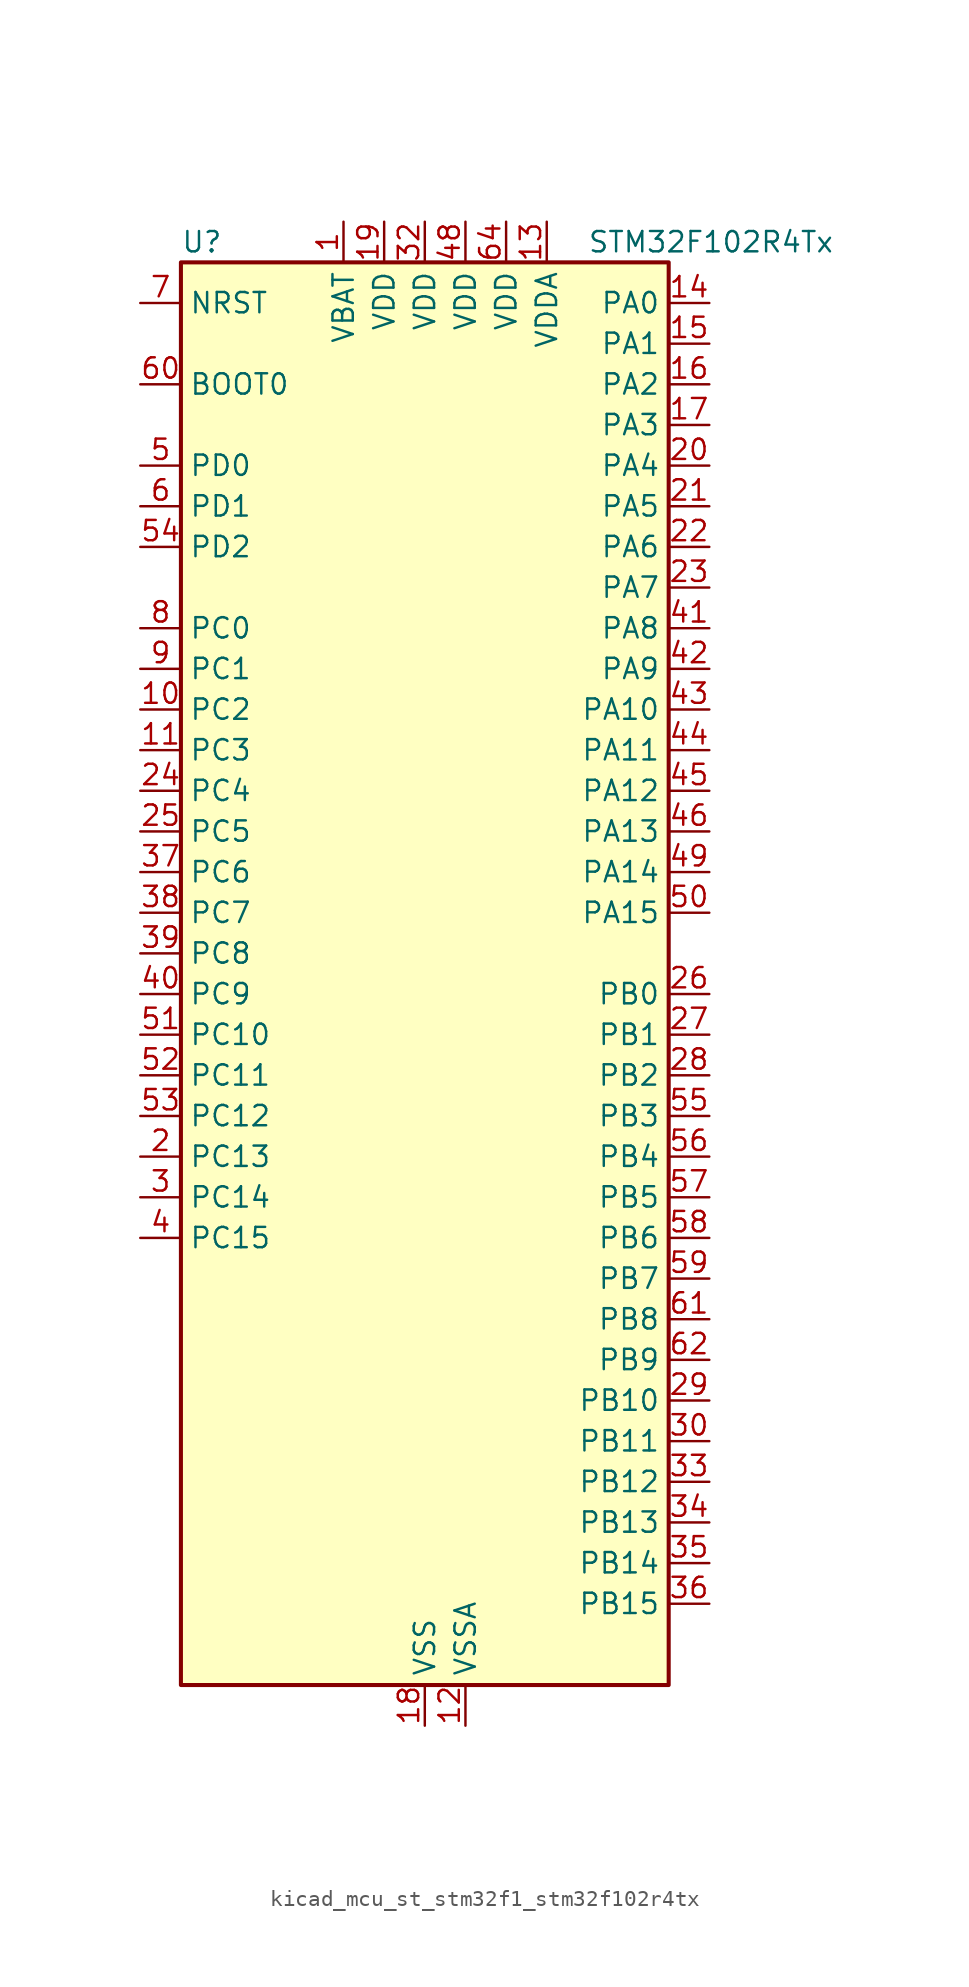
<source format=kicad_sym>
(kicad_symbol_lib
  (version 20220914)
  (generator kicad_symbol_editor)
  (symbol "kicad_mcu_st_stm32f1_stm32f102r4tx"
    (property "Reference" "U"
      (at -15.24 46.99 0)
      (effects (font (size 1.27 1.27)) (justify left)))
    (property "Value" "STM32F102R4Tx"
      (at 10.16 46.99 0)
      (effects (font (size 1.27 1.27)) (justify left)))
    (property "ki_locked" ""
      (at 0 0 0)
      (effects (font (size 1.27 1.27))))
    (symbol "kicad_mcu_st_stm32f1_stm32f102r4tx_0_1"
      (rectangle (start -15.24 -43.18) (end 15.24 45.72) (stroke (width 0.254) (type default)) (fill (type background))))
    (symbol "kicad_mcu_st_stm32f1_stm32f102r4tx_1_1"
      (pin power_in line (at -5.08 48.26 270) (length 2.54) (name "VBAT" (effects (font (size 1.27 1.27)))) (number "1" (effects (font (size 1.27 1.27)))))
      (pin bidirectional line (at -17.78 17.78 0) (length 2.54) (name "PC2" (effects (font (size 1.27 1.27)))) (number "10" (effects (font (size 1.27 1.27)))) (alternate "ADC1_IN12" bidirectional line))
      (pin bidirectional line (at -17.78 15.24 0) (length 2.54) (name "PC3" (effects (font (size 1.27 1.27)))) (number "11" (effects (font (size 1.27 1.27)))) (alternate "ADC1_IN13" bidirectional line))
      (pin power_in line (at 2.54 -45.72 90) (length 2.54) (name "VSSA" (effects (font (size 1.27 1.27)))) (number "12" (effects (font (size 1.27 1.27)))))
      (pin power_in line (at 7.62 48.26 270) (length 2.54) (name "VDDA" (effects (font (size 1.27 1.27)))) (number "13" (effects (font (size 1.27 1.27)))))
      (pin bidirectional line (at 17.78 43.18 180) (length 2.54) (name "PA0" (effects (font (size 1.27 1.27)))) (number "14" (effects (font (size 1.27 1.27)))) (alternate "ADC1_IN0" bidirectional line) (alternate "SYS_WKUP" bidirectional line) (alternate "TIM2_CH1" bidirectional line) (alternate "TIM2_ETR" bidirectional line) (alternate "USART2_CTS" bidirectional line))
      (pin bidirectional line (at 17.78 40.64 180) (length 2.54) (name "PA1" (effects (font (size 1.27 1.27)))) (number "15" (effects (font (size 1.27 1.27)))) (alternate "ADC1_IN1" bidirectional line) (alternate "TIM2_CH2" bidirectional line) (alternate "USART2_RTS" bidirectional line))
      (pin bidirectional line (at 17.78 38.1 180) (length 2.54) (name "PA2" (effects (font (size 1.27 1.27)))) (number "16" (effects (font (size 1.27 1.27)))) (alternate "ADC1_IN2" bidirectional line) (alternate "TIM2_CH3" bidirectional line) (alternate "USART2_TX" bidirectional line))
      (pin bidirectional line (at 17.78 35.56 180) (length 2.54) (name "PA3" (effects (font (size 1.27 1.27)))) (number "17" (effects (font (size 1.27 1.27)))) (alternate "ADC1_IN3" bidirectional line) (alternate "TIM2_CH4" bidirectional line) (alternate "USART2_RX" bidirectional line))
      (pin power_in line (at 0 -45.72 90) (length 2.54) (name "VSS" (effects (font (size 1.27 1.27)))) (number "18" (effects (font (size 1.27 1.27)))))
      (pin power_in line (at -2.54 48.26 270) (length 2.54) (name "VDD" (effects (font (size 1.27 1.27)))) (number "19" (effects (font (size 1.27 1.27)))))
      (pin bidirectional line (at -17.78 -10.16 0) (length 2.54) (name "PC13" (effects (font (size 1.27 1.27)))) (number "2" (effects (font (size 1.27 1.27)))) (alternate "RTC_OUT" bidirectional line) (alternate "RTC_TAMPER" bidirectional line))
      (pin bidirectional line (at 17.78 33.02 180) (length 2.54) (name "PA4" (effects (font (size 1.27 1.27)))) (number "20" (effects (font (size 1.27 1.27)))) (alternate "ADC1_IN4" bidirectional line) (alternate "SPI1_NSS" bidirectional line) (alternate "USART2_CK" bidirectional line))
      (pin bidirectional line (at 17.78 30.48 180) (length 2.54) (name "PA5" (effects (font (size 1.27 1.27)))) (number "21" (effects (font (size 1.27 1.27)))) (alternate "ADC1_IN5" bidirectional line) (alternate "SPI1_SCK" bidirectional line))
      (pin bidirectional line (at 17.78 27.94 180) (length 2.54) (name "PA6" (effects (font (size 1.27 1.27)))) (number "22" (effects (font (size 1.27 1.27)))) (alternate "ADC1_IN6" bidirectional line) (alternate "SPI1_MISO" bidirectional line) (alternate "TIM3_CH1" bidirectional line))
      (pin bidirectional line (at 17.78 25.4 180) (length 2.54) (name "PA7" (effects (font (size 1.27 1.27)))) (number "23" (effects (font (size 1.27 1.27)))) (alternate "ADC1_IN7" bidirectional line) (alternate "SPI1_MOSI" bidirectional line) (alternate "TIM3_CH2" bidirectional line))
      (pin bidirectional line (at -17.78 12.7 0) (length 2.54) (name "PC4" (effects (font (size 1.27 1.27)))) (number "24" (effects (font (size 1.27 1.27)))) (alternate "ADC1_IN14" bidirectional line))
      (pin bidirectional line (at -17.78 10.16 0) (length 2.54) (name "PC5" (effects (font (size 1.27 1.27)))) (number "25" (effects (font (size 1.27 1.27)))) (alternate "ADC1_IN15" bidirectional line))
      (pin bidirectional line (at 17.78 0 180) (length 2.54) (name "PB0" (effects (font (size 1.27 1.27)))) (number "26" (effects (font (size 1.27 1.27)))) (alternate "ADC1_IN8" bidirectional line) (alternate "TIM3_CH3" bidirectional line))
      (pin bidirectional line (at 17.78 -2.54 180) (length 2.54) (name "PB1" (effects (font (size 1.27 1.27)))) (number "27" (effects (font (size 1.27 1.27)))) (alternate "ADC1_IN9" bidirectional line) (alternate "TIM3_CH4" bidirectional line))
      (pin bidirectional line (at 17.78 -5.08 180) (length 2.54) (name "PB2" (effects (font (size 1.27 1.27)))) (number "28" (effects (font (size 1.27 1.27)))))
      (pin bidirectional line (at 17.78 -25.4 180) (length 2.54) (name "PB10" (effects (font (size 1.27 1.27)))) (number "29" (effects (font (size 1.27 1.27)))) (alternate "TIM2_CH3" bidirectional line))
      (pin bidirectional line (at -17.78 -12.7 0) (length 2.54) (name "PC14" (effects (font (size 1.27 1.27)))) (number "3" (effects (font (size 1.27 1.27)))) (alternate "RCC_OSC32_IN" bidirectional line))
      (pin bidirectional line (at 17.78 -27.94 180) (length 2.54) (name "PB11" (effects (font (size 1.27 1.27)))) (number "30" (effects (font (size 1.27 1.27)))) (alternate "ADC1_EXTI11" bidirectional line) (alternate "TIM2_CH4" bidirectional line))
      (pin passive line (at 0 -45.72 90) (length 2.54) hide (name "VSS" (effects (font (size 1.27 1.27)))) (number "31" (effects (font (size 1.27 1.27)))))
      (pin power_in line (at 0 48.26 270) (length 2.54) (name "VDD" (effects (font (size 1.27 1.27)))) (number "32" (effects (font (size 1.27 1.27)))))
      (pin bidirectional line (at 17.78 -30.48 180) (length 2.54) (name "PB12" (effects (font (size 1.27 1.27)))) (number "33" (effects (font (size 1.27 1.27)))))
      (pin bidirectional line (at 17.78 -33.02 180) (length 2.54) (name "PB13" (effects (font (size 1.27 1.27)))) (number "34" (effects (font (size 1.27 1.27)))))
      (pin bidirectional line (at 17.78 -35.56 180) (length 2.54) (name "PB14" (effects (font (size 1.27 1.27)))) (number "35" (effects (font (size 1.27 1.27)))))
      (pin bidirectional line (at 17.78 -38.1 180) (length 2.54) (name "PB15" (effects (font (size 1.27 1.27)))) (number "36" (effects (font (size 1.27 1.27)))) (alternate "ADC1_EXTI15" bidirectional line))
      (pin bidirectional line (at -17.78 7.62 0) (length 2.54) (name "PC6" (effects (font (size 1.27 1.27)))) (number "37" (effects (font (size 1.27 1.27)))) (alternate "TIM3_CH1" bidirectional line))
      (pin bidirectional line (at -17.78 5.08 0) (length 2.54) (name "PC7" (effects (font (size 1.27 1.27)))) (number "38" (effects (font (size 1.27 1.27)))) (alternate "TIM3_CH2" bidirectional line))
      (pin bidirectional line (at -17.78 2.54 0) (length 2.54) (name "PC8" (effects (font (size 1.27 1.27)))) (number "39" (effects (font (size 1.27 1.27)))) (alternate "TIM3_CH3" bidirectional line))
      (pin bidirectional line (at -17.78 -15.24 0) (length 2.54) (name "PC15" (effects (font (size 1.27 1.27)))) (number "4" (effects (font (size 1.27 1.27)))) (alternate "ADC1_EXTI15" bidirectional line) (alternate "RCC_OSC32_OUT" bidirectional line))
      (pin bidirectional line (at -17.78 0 0) (length 2.54) (name "PC9" (effects (font (size 1.27 1.27)))) (number "40" (effects (font (size 1.27 1.27)))) (alternate "TIM3_CH4" bidirectional line))
      (pin bidirectional line (at 17.78 22.86 180) (length 2.54) (name "PA8" (effects (font (size 1.27 1.27)))) (number "41" (effects (font (size 1.27 1.27)))) (alternate "RCC_MCO" bidirectional line) (alternate "USART1_CK" bidirectional line))
      (pin bidirectional line (at 17.78 20.32 180) (length 2.54) (name "PA9" (effects (font (size 1.27 1.27)))) (number "42" (effects (font (size 1.27 1.27)))) (alternate "USART1_TX" bidirectional line))
      (pin bidirectional line (at 17.78 17.78 180) (length 2.54) (name "PA10" (effects (font (size 1.27 1.27)))) (number "43" (effects (font (size 1.27 1.27)))) (alternate "USART1_RX" bidirectional line))
      (pin bidirectional line (at 17.78 15.24 180) (length 2.54) (name "PA11" (effects (font (size 1.27 1.27)))) (number "44" (effects (font (size 1.27 1.27)))) (alternate "ADC1_EXTI11" bidirectional line) (alternate "USART1_CTS" bidirectional line) (alternate "USB_DM" bidirectional line))
      (pin bidirectional line (at 17.78 12.7 180) (length 2.54) (name "PA12" (effects (font (size 1.27 1.27)))) (number "45" (effects (font (size 1.27 1.27)))) (alternate "USART1_RTS" bidirectional line) (alternate "USB_DP" bidirectional line))
      (pin bidirectional line (at 17.78 10.16 180) (length 2.54) (name "PA13" (effects (font (size 1.27 1.27)))) (number "46" (effects (font (size 1.27 1.27)))) (alternate "SYS_JTMS-SWDIO" bidirectional line))
      (pin passive line (at 0 -45.72 90) (length 2.54) hide (name "VSS" (effects (font (size 1.27 1.27)))) (number "47" (effects (font (size 1.27 1.27)))))
      (pin power_in line (at 2.54 48.26 270) (length 2.54) (name "VDD" (effects (font (size 1.27 1.27)))) (number "48" (effects (font (size 1.27 1.27)))))
      (pin bidirectional line (at 17.78 7.62 180) (length 2.54) (name "PA14" (effects (font (size 1.27 1.27)))) (number "49" (effects (font (size 1.27 1.27)))) (alternate "SYS_JTCK-SWCLK" bidirectional line))
      (pin bidirectional line (at -17.78 33.02 0) (length 2.54) (name "PD0" (effects (font (size 1.27 1.27)))) (number "5" (effects (font (size 1.27 1.27)))) (alternate "RCC_OSC_IN" bidirectional line))
      (pin bidirectional line (at 17.78 5.08 180) (length 2.54) (name "PA15" (effects (font (size 1.27 1.27)))) (number "50" (effects (font (size 1.27 1.27)))) (alternate "ADC1_EXTI15" bidirectional line) (alternate "SPI1_NSS" bidirectional line) (alternate "SYS_JTDI" bidirectional line) (alternate "TIM2_CH1" bidirectional line) (alternate "TIM2_ETR" bidirectional line))
      (pin bidirectional line (at -17.78 -2.54 0) (length 2.54) (name "PC10" (effects (font (size 1.27 1.27)))) (number "51" (effects (font (size 1.27 1.27)))))
      (pin bidirectional line (at -17.78 -5.08 0) (length 2.54) (name "PC11" (effects (font (size 1.27 1.27)))) (number "52" (effects (font (size 1.27 1.27)))) (alternate "ADC1_EXTI11" bidirectional line))
      (pin bidirectional line (at -17.78 -7.62 0) (length 2.54) (name "PC12" (effects (font (size 1.27 1.27)))) (number "53" (effects (font (size 1.27 1.27)))))
      (pin bidirectional line (at -17.78 27.94 0) (length 2.54) (name "PD2" (effects (font (size 1.27 1.27)))) (number "54" (effects (font (size 1.27 1.27)))) (alternate "TIM3_ETR" bidirectional line))
      (pin bidirectional line (at 17.78 -7.62 180) (length 2.54) (name "PB3" (effects (font (size 1.27 1.27)))) (number "55" (effects (font (size 1.27 1.27)))) (alternate "SPI1_SCK" bidirectional line) (alternate "SYS_JTDO-TRACESWO" bidirectional line) (alternate "TIM2_CH2" bidirectional line))
      (pin bidirectional line (at 17.78 -10.16 180) (length 2.54) (name "PB4" (effects (font (size 1.27 1.27)))) (number "56" (effects (font (size 1.27 1.27)))) (alternate "SPI1_MISO" bidirectional line) (alternate "SYS_NJTRST" bidirectional line) (alternate "TIM3_CH1" bidirectional line))
      (pin bidirectional line (at 17.78 -12.7 180) (length 2.54) (name "PB5" (effects (font (size 1.27 1.27)))) (number "57" (effects (font (size 1.27 1.27)))) (alternate "I2C1_SMBA" bidirectional line) (alternate "SPI1_MOSI" bidirectional line) (alternate "TIM3_CH2" bidirectional line))
      (pin bidirectional line (at 17.78 -15.24 180) (length 2.54) (name "PB6" (effects (font (size 1.27 1.27)))) (number "58" (effects (font (size 1.27 1.27)))) (alternate "I2C1_SCL" bidirectional line) (alternate "USART1_TX" bidirectional line))
      (pin bidirectional line (at 17.78 -17.78 180) (length 2.54) (name "PB7" (effects (font (size 1.27 1.27)))) (number "59" (effects (font (size 1.27 1.27)))) (alternate "I2C1_SDA" bidirectional line) (alternate "USART1_RX" bidirectional line))
      (pin bidirectional line (at -17.78 30.48 0) (length 2.54) (name "PD1" (effects (font (size 1.27 1.27)))) (number "6" (effects (font (size 1.27 1.27)))) (alternate "RCC_OSC_OUT" bidirectional line))
      (pin input line (at -17.78 38.1 0) (length 2.54) (name "BOOT0" (effects (font (size 1.27 1.27)))) (number "60" (effects (font (size 1.27 1.27)))))
      (pin bidirectional line (at 17.78 -20.32 180) (length 2.54) (name "PB8" (effects (font (size 1.27 1.27)))) (number "61" (effects (font (size 1.27 1.27)))) (alternate "I2C1_SCL" bidirectional line))
      (pin bidirectional line (at 17.78 -22.86 180) (length 2.54) (name "PB9" (effects (font (size 1.27 1.27)))) (number "62" (effects (font (size 1.27 1.27)))) (alternate "I2C1_SDA" bidirectional line))
      (pin passive line (at 0 -45.72 90) (length 2.54) hide (name "VSS" (effects (font (size 1.27 1.27)))) (number "63" (effects (font (size 1.27 1.27)))))
      (pin power_in line (at 5.08 48.26 270) (length 2.54) (name "VDD" (effects (font (size 1.27 1.27)))) (number "64" (effects (font (size 1.27 1.27)))))
      (pin input line (at -17.78 43.18 0) (length 2.54) (name "NRST" (effects (font (size 1.27 1.27)))) (number "7" (effects (font (size 1.27 1.27)))))
      (pin bidirectional line (at -17.78 22.86 0) (length 2.54) (name "PC0" (effects (font (size 1.27 1.27)))) (number "8" (effects (font (size 1.27 1.27)))) (alternate "ADC1_IN10" bidirectional line))
      (pin bidirectional line (at -17.78 20.32 0) (length 2.54) (name "PC1" (effects (font (size 1.27 1.27)))) (number "9" (effects (font (size 1.27 1.27)))) (alternate "ADC1_IN11" bidirectional line)))))
</source>
